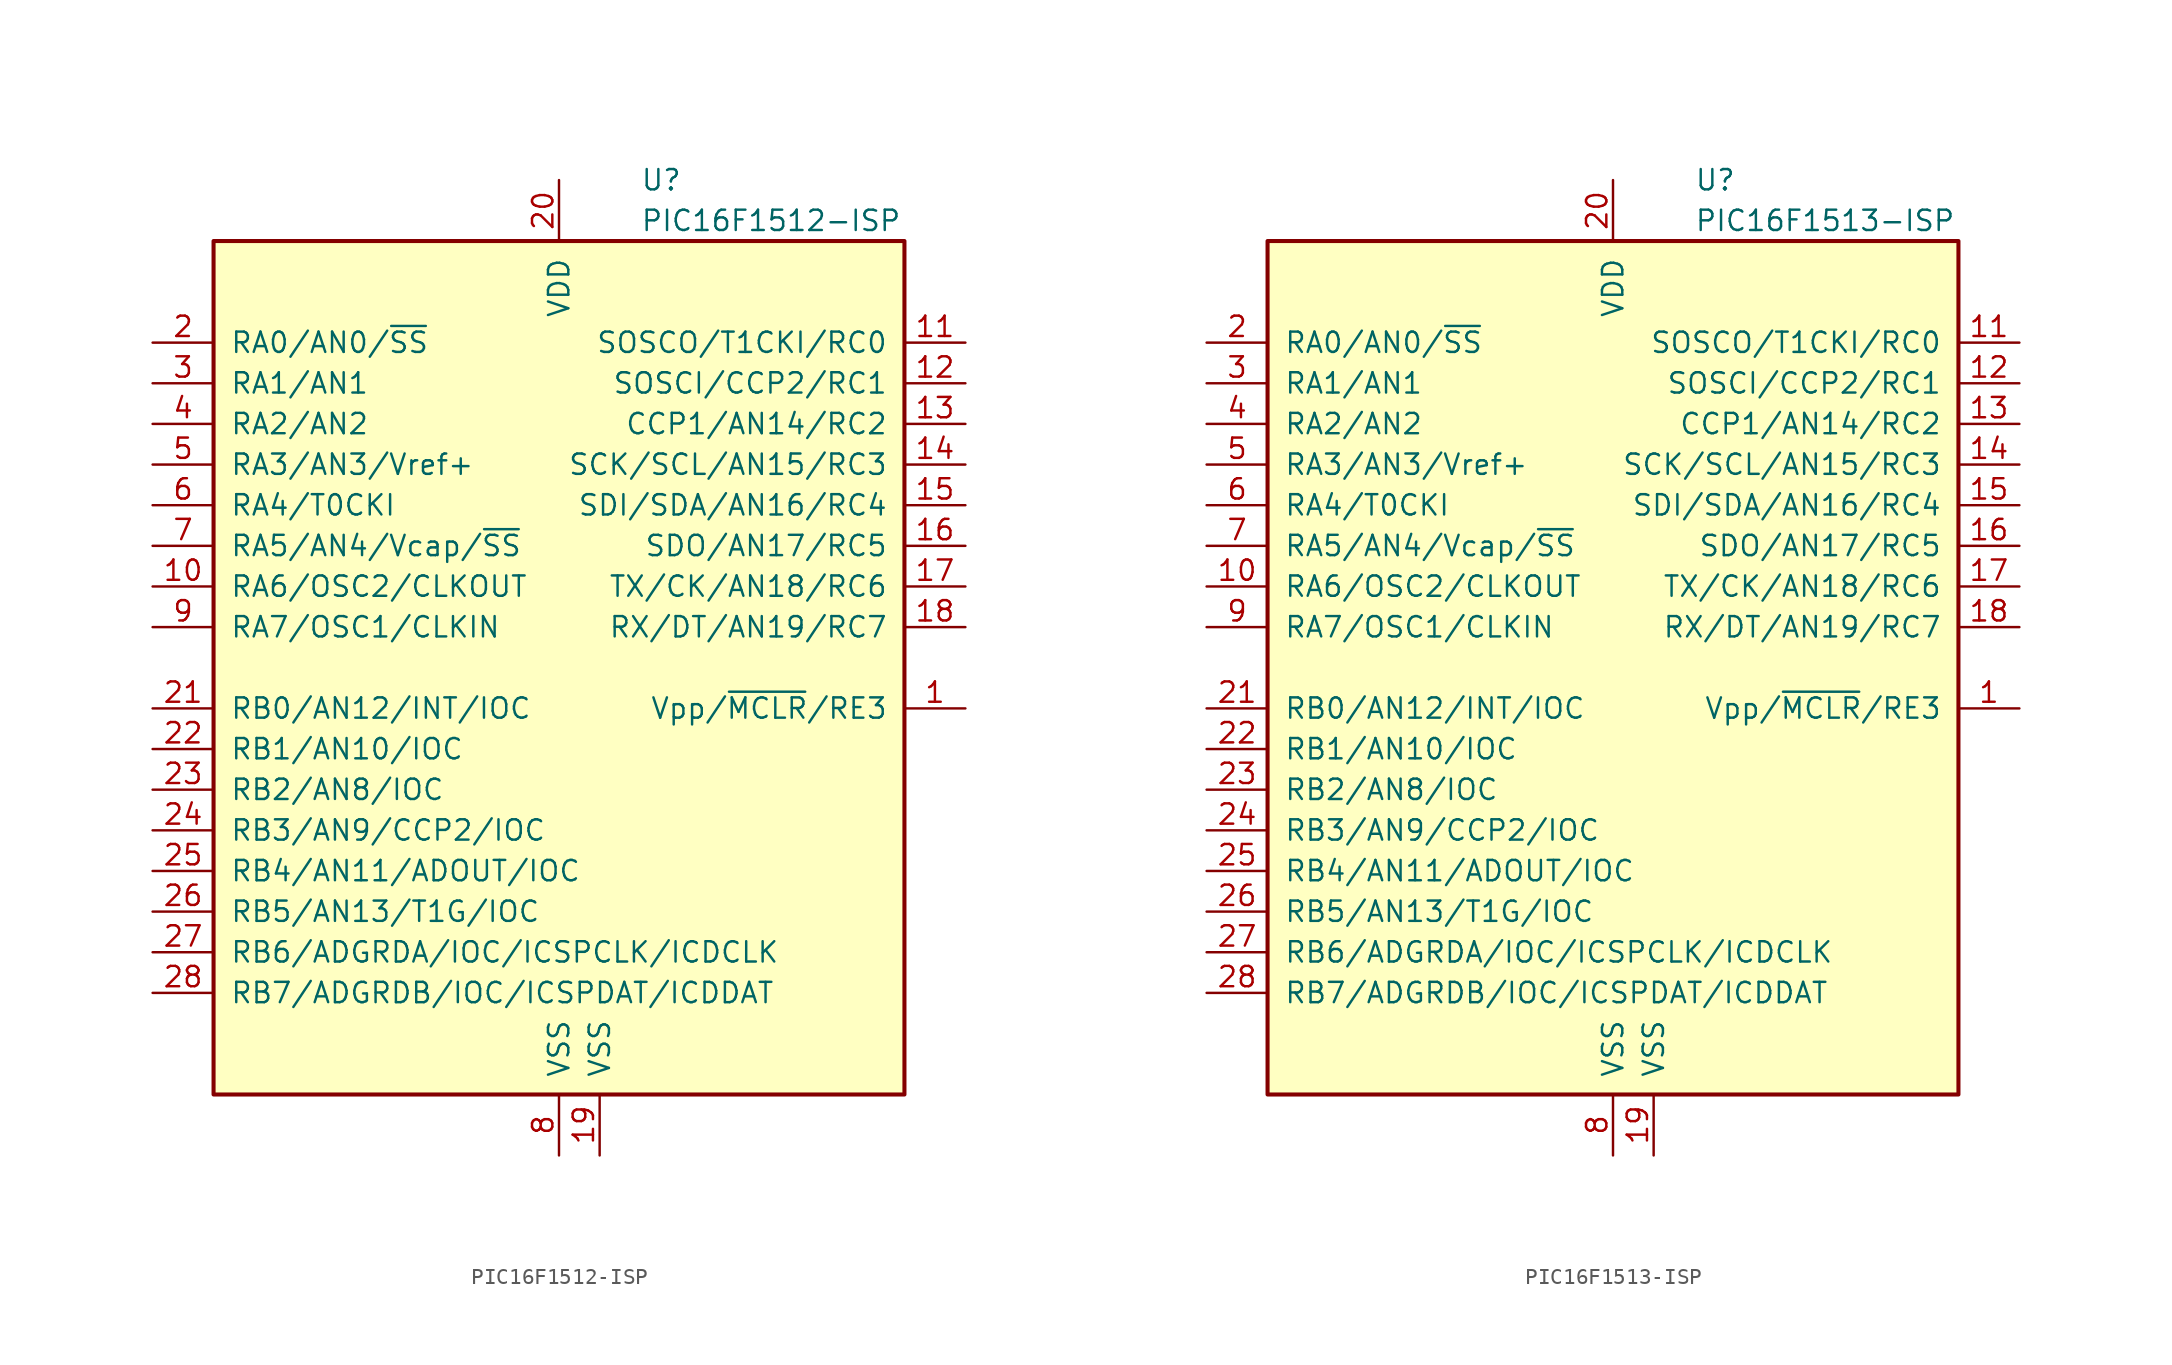
<source format=kicad_sym>
(kicad_symbol_lib
  (version 20241209)
  (generator "kicad_symbol_editor")
  (generator_version "9.0")
  (symbol "PIC16F1512-ISP"
    (pin_names
      (offset 1.016))
    (property "Reference" "U"
      (at 5.08 30.48 0)
      (effects (font (size 1.27 1.27)) (justify left)))
    (property "Value" "PIC16F1512-ISP"
      (at 5.08 27.94 0)
      (effects (font (size 1.27 1.27)) (justify left)))
    (symbol "PIC16F1512-ISP_0_1"
      (rectangle (start -21.59 26.67) (end 21.59 -26.67) (stroke (width 0.254) (type default)) (fill (type background))))
    (symbol "PIC16F1512-ISP_1_1"
      (pin bidirectional line (at -25.4 20.32 0) (length 3.81) (name "RA0/AN0/~{SS}" (effects (font (size 1.27 1.27)))) (number "2" (effects (font (size 1.27 1.27)))))
      (pin bidirectional line (at -25.4 17.78 0) (length 3.81) (name "RA1/AN1" (effects (font (size 1.27 1.27)))) (number "3" (effects (font (size 1.27 1.27)))))
      (pin bidirectional line (at -25.4 15.24 0) (length 3.81) (name "RA2/AN2" (effects (font (size 1.27 1.27)))) (number "4" (effects (font (size 1.27 1.27)))))
      (pin bidirectional line (at -25.4 12.7 0) (length 3.81) (name "RA3/AN3/Vref+" (effects (font (size 1.27 1.27)))) (number "5" (effects (font (size 1.27 1.27)))))
      (pin bidirectional line (at -25.4 10.16 0) (length 3.81) (name "RA4/T0CKI" (effects (font (size 1.27 1.27)))) (number "6" (effects (font (size 1.27 1.27)))))
      (pin bidirectional line (at -25.4 7.62 0) (length 3.81) (name "RA5/AN4/Vcap/~{SS}" (effects (font (size 1.27 1.27)))) (number "7" (effects (font (size 1.27 1.27)))))
      (pin bidirectional line (at -25.4 5.08 0) (length 3.81) (name "RA6/OSC2/CLKOUT" (effects (font (size 1.27 1.27)))) (number "10" (effects (font (size 1.27 1.27)))))
      (pin bidirectional line (at -25.4 2.54 0) (length 3.81) (name "RA7/OSC1/CLKIN" (effects (font (size 1.27 1.27)))) (number "9" (effects (font (size 1.27 1.27)))))
      (pin bidirectional line (at -25.4 -2.54 0) (length 3.81) (name "RB0/AN12/INT/IOC" (effects (font (size 1.27 1.27)))) (number "21" (effects (font (size 1.27 1.27)))))
      (pin bidirectional line (at -25.4 -5.08 0) (length 3.81) (name "RB1/AN10/IOC" (effects (font (size 1.27 1.27)))) (number "22" (effects (font (size 1.27 1.27)))))
      (pin bidirectional line (at -25.4 -7.62 0) (length 3.81) (name "RB2/AN8/IOC" (effects (font (size 1.27 1.27)))) (number "23" (effects (font (size 1.27 1.27)))))
      (pin bidirectional line (at -25.4 -10.16 0) (length 3.81) (name "RB3/AN9/CCP2/IOC" (effects (font (size 1.27 1.27)))) (number "24" (effects (font (size 1.27 1.27)))))
      (pin bidirectional line (at -25.4 -12.7 0) (length 3.81) (name "RB4/AN11/ADOUT/IOC" (effects (font (size 1.27 1.27)))) (number "25" (effects (font (size 1.27 1.27)))))
      (pin bidirectional line (at -25.4 -15.24 0) (length 3.81) (name "RB5/AN13/T1G/IOC" (effects (font (size 1.27 1.27)))) (number "26" (effects (font (size 1.27 1.27)))))
      (pin bidirectional line (at -25.4 -17.78 0) (length 3.81) (name "RB6/ADGRDA/IOC/ICSPCLK/ICDCLK" (effects (font (size 1.27 1.27)))) (number "27" (effects (font (size 1.27 1.27)))))
      (pin bidirectional line (at -25.4 -20.32 0) (length 3.81) (name "RB7/ADGRDB/IOC/ICSPDAT/ICDDAT" (effects (font (size 1.27 1.27)))) (number "28" (effects (font (size 1.27 1.27)))))
      (pin power_in line (at 0 30.48 270) (length 3.81) (name "VDD" (effects (font (size 1.27 1.27)))) (number "20" (effects (font (size 1.27 1.27)))))
      (pin power_in line (at 0 -30.48 90) (length 3.81) (name "VSS" (effects (font (size 1.27 1.27)))) (number "8" (effects (font (size 1.27 1.27)))))
      (pin power_in line (at 2.54 -30.48 90) (length 3.81) (name "VSS" (effects (font (size 1.27 1.27)))) (number "19" (effects (font (size 1.27 1.27)))))
      (pin bidirectional line (at 25.4 20.32 180) (length 3.81) (name "SOSCO/T1CKI/RC0" (effects (font (size 1.27 1.27)))) (number "11" (effects (font (size 1.27 1.27)))))
      (pin bidirectional line (at 25.4 17.78 180) (length 3.81) (name "SOSCI/CCP2/RC1" (effects (font (size 1.27 1.27)))) (number "12" (effects (font (size 1.27 1.27)))))
      (pin bidirectional line (at 25.4 15.24 180) (length 3.81) (name "CCP1/AN14/RC2" (effects (font (size 1.27 1.27)))) (number "13" (effects (font (size 1.27 1.27)))))
      (pin bidirectional line (at 25.4 12.7 180) (length 3.81) (name "SCK/SCL/AN15/RC3" (effects (font (size 1.27 1.27)))) (number "14" (effects (font (size 1.27 1.27)))))
      (pin bidirectional line (at 25.4 10.16 180) (length 3.81) (name "SDI/SDA/AN16/RC4" (effects (font (size 1.27 1.27)))) (number "15" (effects (font (size 1.27 1.27)))))
      (pin bidirectional line (at 25.4 7.62 180) (length 3.81) (name "SDO/AN17/RC5" (effects (font (size 1.27 1.27)))) (number "16" (effects (font (size 1.27 1.27)))))
      (pin bidirectional line (at 25.4 5.08 180) (length 3.81) (name "TX/CK/AN18/RC6" (effects (font (size 1.27 1.27)))) (number "17" (effects (font (size 1.27 1.27)))))
      (pin bidirectional line (at 25.4 2.54 180) (length 3.81) (name "RX/DT/AN19/RC7" (effects (font (size 1.27 1.27)))) (number "18" (effects (font (size 1.27 1.27)))))
      (pin input line (at 25.4 -2.54 180) (length 3.81) (name "Vpp/~{MCLR}/RE3" (effects (font (size 1.27 1.27)))) (number "1" (effects (font (size 1.27 1.27)))))))
  (symbol "PIC16F1513-ISP"
    (pin_names
      (offset 1.016))
    (property "Reference" "U"
      (at 5.08 30.48 0)
      (effects (font (size 1.27 1.27)) (justify left)))
    (property "Value" "PIC16F1513-ISP"
      (at 5.08 27.94 0)
      (effects (font (size 1.27 1.27)) (justify left)))
    (symbol "PIC16F1513-ISP_0_1"
      (rectangle (start -21.59 26.67) (end 21.59 -26.67) (stroke (width 0.254) (type default)) (fill (type background))))
    (symbol "PIC16F1513-ISP_1_1"
      (pin bidirectional line (at -25.4 20.32 0) (length 3.81) (name "RA0/AN0/~{SS}" (effects (font (size 1.27 1.27)))) (number "2" (effects (font (size 1.27 1.27)))))
      (pin bidirectional line (at -25.4 17.78 0) (length 3.81) (name "RA1/AN1" (effects (font (size 1.27 1.27)))) (number "3" (effects (font (size 1.27 1.27)))))
      (pin bidirectional line (at -25.4 15.24 0) (length 3.81) (name "RA2/AN2" (effects (font (size 1.27 1.27)))) (number "4" (effects (font (size 1.27 1.27)))))
      (pin bidirectional line (at -25.4 12.7 0) (length 3.81) (name "RA3/AN3/Vref+" (effects (font (size 1.27 1.27)))) (number "5" (effects (font (size 1.27 1.27)))))
      (pin bidirectional line (at -25.4 10.16 0) (length 3.81) (name "RA4/T0CKI" (effects (font (size 1.27 1.27)))) (number "6" (effects (font (size 1.27 1.27)))))
      (pin bidirectional line (at -25.4 7.62 0) (length 3.81) (name "RA5/AN4/Vcap/~{SS}" (effects (font (size 1.27 1.27)))) (number "7" (effects (font (size 1.27 1.27)))))
      (pin bidirectional line (at -25.4 5.08 0) (length 3.81) (name "RA6/OSC2/CLKOUT" (effects (font (size 1.27 1.27)))) (number "10" (effects (font (size 1.27 1.27)))))
      (pin bidirectional line (at -25.4 2.54 0) (length 3.81) (name "RA7/OSC1/CLKIN" (effects (font (size 1.27 1.27)))) (number "9" (effects (font (size 1.27 1.27)))))
      (pin bidirectional line (at -25.4 -2.54 0) (length 3.81) (name "RB0/AN12/INT/IOC" (effects (font (size 1.27 1.27)))) (number "21" (effects (font (size 1.27 1.27)))))
      (pin bidirectional line (at -25.4 -5.08 0) (length 3.81) (name "RB1/AN10/IOC" (effects (font (size 1.27 1.27)))) (number "22" (effects (font (size 1.27 1.27)))))
      (pin bidirectional line (at -25.4 -7.62 0) (length 3.81) (name "RB2/AN8/IOC" (effects (font (size 1.27 1.27)))) (number "23" (effects (font (size 1.27 1.27)))))
      (pin bidirectional line (at -25.4 -10.16 0) (length 3.81) (name "RB3/AN9/CCP2/IOC" (effects (font (size 1.27 1.27)))) (number "24" (effects (font (size 1.27 1.27)))))
      (pin bidirectional line (at -25.4 -12.7 0) (length 3.81) (name "RB4/AN11/ADOUT/IOC" (effects (font (size 1.27 1.27)))) (number "25" (effects (font (size 1.27 1.27)))))
      (pin bidirectional line (at -25.4 -15.24 0) (length 3.81) (name "RB5/AN13/T1G/IOC" (effects (font (size 1.27 1.27)))) (number "26" (effects (font (size 1.27 1.27)))))
      (pin bidirectional line (at -25.4 -17.78 0) (length 3.81) (name "RB6/ADGRDA/IOC/ICSPCLK/ICDCLK" (effects (font (size 1.27 1.27)))) (number "27" (effects (font (size 1.27 1.27)))))
      (pin bidirectional line (at -25.4 -20.32 0) (length 3.81) (name "RB7/ADGRDB/IOC/ICSPDAT/ICDDAT" (effects (font (size 1.27 1.27)))) (number "28" (effects (font (size 1.27 1.27)))))
      (pin power_in line (at 0 30.48 270) (length 3.81) (name "VDD" (effects (font (size 1.27 1.27)))) (number "20" (effects (font (size 1.27 1.27)))))
      (pin power_in line (at 0 -30.48 90) (length 3.81) (name "VSS" (effects (font (size 1.27 1.27)))) (number "8" (effects (font (size 1.27 1.27)))))
      (pin power_in line (at 2.54 -30.48 90) (length 3.81) (name "VSS" (effects (font (size 1.27 1.27)))) (number "19" (effects (font (size 1.27 1.27)))))
      (pin bidirectional line (at 25.4 20.32 180) (length 3.81) (name "SOSCO/T1CKI/RC0" (effects (font (size 1.27 1.27)))) (number "11" (effects (font (size 1.27 1.27)))))
      (pin bidirectional line (at 25.4 17.78 180) (length 3.81) (name "SOSCI/CCP2/RC1" (effects (font (size 1.27 1.27)))) (number "12" (effects (font (size 1.27 1.27)))))
      (pin bidirectional line (at 25.4 15.24 180) (length 3.81) (name "CCP1/AN14/RC2" (effects (font (size 1.27 1.27)))) (number "13" (effects (font (size 1.27 1.27)))))
      (pin bidirectional line (at 25.4 12.7 180) (length 3.81) (name "SCK/SCL/AN15/RC3" (effects (font (size 1.27 1.27)))) (number "14" (effects (font (size 1.27 1.27)))))
      (pin bidirectional line (at 25.4 10.16 180) (length 3.81) (name "SDI/SDA/AN16/RC4" (effects (font (size 1.27 1.27)))) (number "15" (effects (font (size 1.27 1.27)))))
      (pin bidirectional line (at 25.4 7.62 180) (length 3.81) (name "SDO/AN17/RC5" (effects (font (size 1.27 1.27)))) (number "16" (effects (font (size 1.27 1.27)))))
      (pin bidirectional line (at 25.4 5.08 180) (length 3.81) (name "TX/CK/AN18/RC6" (effects (font (size 1.27 1.27)))) (number "17" (effects (font (size 1.27 1.27)))))
      (pin bidirectional line (at 25.4 2.54 180) (length 3.81) (name "RX/DT/AN19/RC7" (effects (font (size 1.27 1.27)))) (number "18" (effects (font (size 1.27 1.27)))))
      (pin input line (at 25.4 -2.54 180) (length 3.81) (name "Vpp/~{MCLR}/RE3" (effects (font (size 1.27 1.27)))) (number "1" (effects (font (size 1.27 1.27))))))))
</source>
